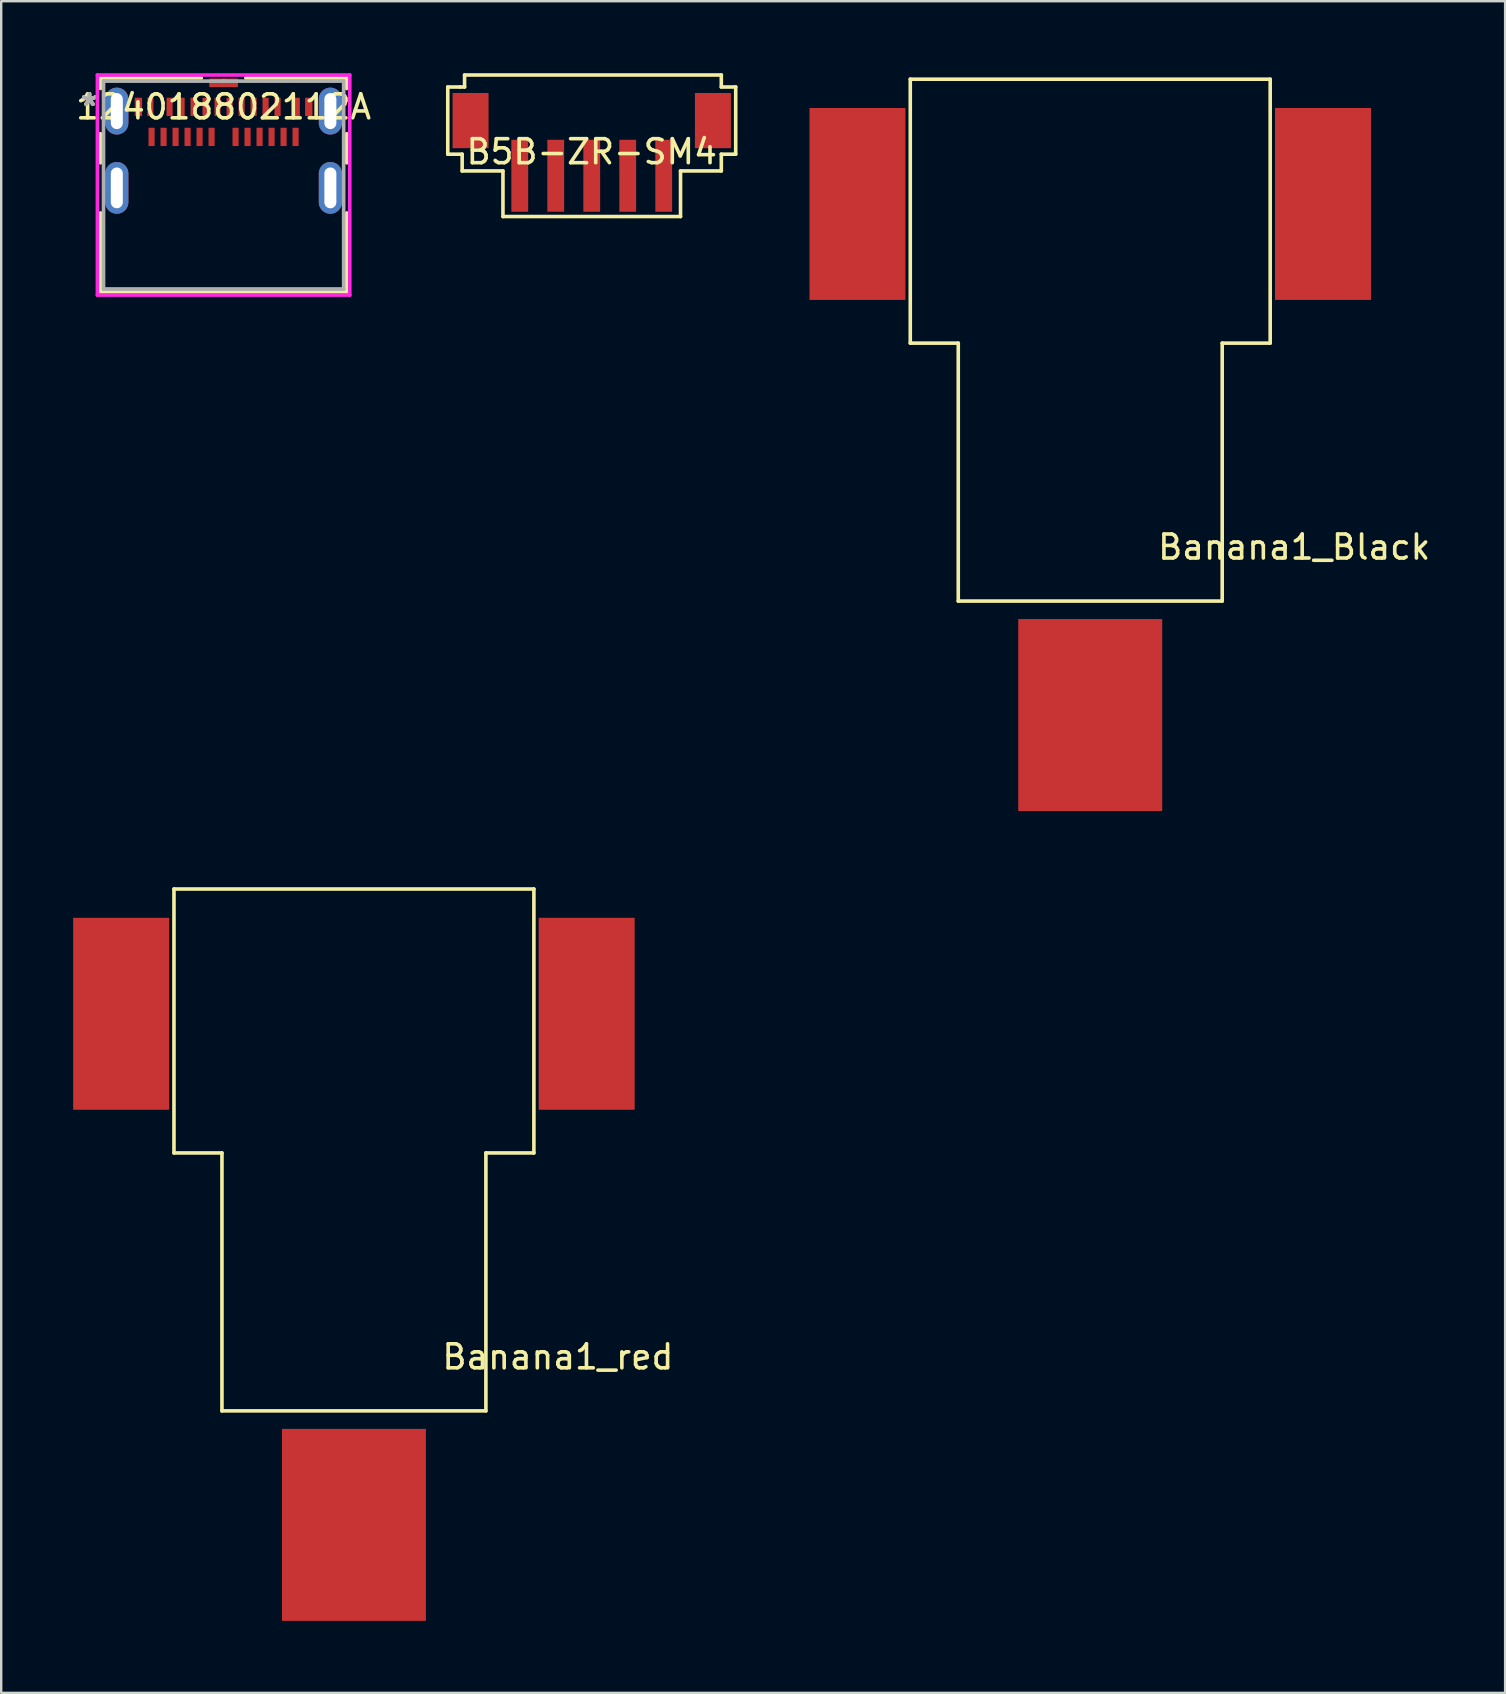
<source format=kicad_pcb>
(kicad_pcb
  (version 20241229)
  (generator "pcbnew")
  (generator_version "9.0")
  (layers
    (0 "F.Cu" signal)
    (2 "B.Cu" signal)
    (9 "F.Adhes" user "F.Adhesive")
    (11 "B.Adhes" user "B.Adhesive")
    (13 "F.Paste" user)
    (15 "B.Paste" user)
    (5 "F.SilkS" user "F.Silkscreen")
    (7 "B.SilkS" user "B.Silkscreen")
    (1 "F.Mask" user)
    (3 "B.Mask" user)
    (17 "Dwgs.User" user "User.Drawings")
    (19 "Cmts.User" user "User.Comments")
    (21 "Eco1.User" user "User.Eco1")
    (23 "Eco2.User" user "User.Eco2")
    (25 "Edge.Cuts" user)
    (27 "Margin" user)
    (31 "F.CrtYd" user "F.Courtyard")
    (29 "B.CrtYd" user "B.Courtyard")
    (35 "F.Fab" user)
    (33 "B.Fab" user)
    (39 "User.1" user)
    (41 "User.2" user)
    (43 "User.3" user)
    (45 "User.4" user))
  (footprint "Banana1_Black"
    (layer "F.Cu")
    (at 42.386 0.25)
    (property "Reference" "Banana1_Black" (at 8.5 19.5 0) (layer "F.SilkS") (effects (font (size 1 1) (thickness 0.15))))
    (attr through_hole)
    (fp_line (start -7.5 0) (end -7.5 11) (stroke (width 0.15) (type solid)) (layer "F.SilkS"))
    (fp_line (start -7.5 11) (end -5.5 11) (stroke (width 0.15) (type solid)) (layer "F.SilkS"))
    (fp_line (start -5.5 11) (end -5.5 21.75) (stroke (width 0.15) (type solid)) (layer "F.SilkS"))
    (fp_line (start -5.5 21.75) (end 5.5 21.75) (stroke (width 0.15) (type solid)) (layer "F.SilkS"))
    (fp_line (start 5.5 11) (end 7.5 11) (stroke (width 0.15) (type solid)) (layer "F.SilkS"))
    (fp_line (start 5.5 21.75) (end 5.5 11) (stroke (width 0.15) (type solid)) (layer "F.SilkS"))
    (fp_line (start 7.5 0) (end -7.5 0) (stroke (width 0.15) (type solid)) (layer "F.SilkS"))
    (fp_line (start 7.5 11) (end 7.5 0) (stroke (width 0.15) (type solid)) (layer "F.SilkS"))
    (pad "1" smd rect (at 0 26.5) (size 6 8) (layers "F.Cu" "F.Mask" "F.Paste"))
    (pad "2" smd rect (at 9.7 5.2) (size 4 8) (layers "F.Cu" "F.Mask" "F.Paste"))
    (pad "3" smd rect (at -9.7 5.2) (size 4 8) (layers "F.Cu" "F.Mask" "F.Paste")))
  (footprint "124018802112A"
    (layer "F.Cu")
    (at 6.268 4.661)
    (property "Reference" "124018802112A" (at 0 -3.256 0) (layer "F.SilkS") (effects (font (size 1 1) (thickness 0.15))))
    (attr through_hole)
    (fp_line (start -5.131 -4.458) (end -5.131 -4.025) (stroke (width 0.152) (type solid)) (layer "F.SilkS"))
    (fp_line (start -5.131 -2.137) (end -5.131 -0.926) (stroke (width 0.152) (type solid)) (layer "F.SilkS"))
    (fp_line (start -5.131 1.165) (end -5.131 4.458) (stroke (width 0.152) (type solid)) (layer "F.SilkS"))
    (fp_line (start -5.131 4.458) (end 5.131 4.458) (stroke (width 0.152) (type solid)) (layer "F.SilkS"))
    (fp_line (start -0.929 -4.458) (end -5.131 -4.458) (stroke (width 0.152) (type solid)) (layer "F.SilkS"))
    (fp_line (start 5.131 -4.458) (end 0.929 -4.458) (stroke (width 0.152) (type solid)) (layer "F.SilkS"))
    (fp_line (start 5.131 -4.025) (end 5.131 -4.458) (stroke (width 0.152) (type solid)) (layer "F.SilkS"))
    (fp_line (start 5.131 -0.926) (end 5.131 -2.137) (stroke (width 0.152) (type solid)) (layer "F.SilkS"))
    (fp_line (start 5.131 4.458) (end 5.131 1.165) (stroke (width 0.152) (type solid)) (layer "F.SilkS"))
    (fp_line (start -5.258 -4.585) (end -5.258 4.585) (stroke (width 0.152) (type solid)) (layer "F.CrtYd"))
    (fp_line (start -5.258 4.585) (end 5.258 4.585) (stroke (width 0.152) (type solid)) (layer "F.CrtYd"))
    (fp_line (start 5.258 -4.585) (end -5.258 -4.585) (stroke (width 0.152) (type solid)) (layer "F.CrtYd"))
    (fp_line (start 5.258 4.585) (end 5.258 -4.585) (stroke (width 0.152) (type solid)) (layer "F.CrtYd"))
    (fp_line (start -5.004 -4.331) (end -5.004 4.331) (stroke (width 0.152) (type solid)) (layer "F.Fab"))
    (fp_line (start -5.004 4.331) (end 5.004 4.331) (stroke (width 0.152) (type solid)) (layer "F.Fab"))
    (fp_line (start 0 -4.331) (end 0 -4.331) (stroke (width 0.152) (type solid)) (layer "F.Fab"))
    (fp_line (start 0 -4.331) (end 0 -4.331) (stroke (width 0.152) (type solid)) (layer "F.Fab"))
    (fp_line (start 0 -4.331) (end 0 -4.331) (stroke (width 0.152) (type solid)) (layer "F.Fab"))
    (fp_line (start 0 -4.331) (end 0 -4.331) (stroke (width 0.152) (type solid)) (layer "F.Fab"))
    (fp_line (start 5.004 -4.331) (end -5.004 -4.331) (stroke (width 0.152) (type solid)) (layer "F.Fab"))
    (fp_line (start 5.004 4.331) (end 5.004 -4.331) (stroke (width 0.152) (type solid)) (layer "F.Fab"))
    (fp_text user "*" (at -5.59 -3.256 0) (layer "F.SilkS") (effects (font (size 1 1) (thickness 0.15))))
    (fp_text user "*" (at -5.59 -3.256 0) (layer "F.SilkS") (effects (font (size 1 1) (thickness 0.15))))
    (fp_text user "Copyright 2016 Accelerated Designs. All rights reserved." (at 0 0 0) (layer "Cmts.User") (effects (font (size 0.127 0.127) (thickness 0.002))))
    (fp_text user "*" (at -5.59 -3.256 0) (layer "F.Fab") (effects (font (size 1 1) (thickness 0.15))))
    (fp_text user "*" (at -5.59 -3.256 0) (layer "F.Fab") (effects (font (size 1 1) (thickness 0.15))))
    (pad "29" smd rect (at 0 -4.261) (size 1.194 0.356) (layers "F.Cu" "F.Mask" "F.Paste"))
    (pad "30" smd rect (at -3.55 -3.256) (size 0.305 0.762) (layers "F.Cu" "F.Mask" "F.Paste"))
    (pad "31" smd rect (at 3.55 -3.256) (size 0.305 0.762) (layers "F.Cu" "F.Mask" "F.Paste"))
    (pad "A1" smd rect (at -3.05 -3.256) (size 0.254 0.762) (layers "F.Cu" "F.Mask" "F.Paste"))
    (pad "A2" smd rect (at -2.25 -3.256) (size 0.254 0.762) (layers "F.Cu" "F.Mask" "F.Paste"))
    (pad "A3" smd rect (at -1.75 -3.256) (size 0.254 0.762) (layers "F.Cu" "F.Mask" "F.Paste"))
    (pad "A4" smd rect (at -1.25 -3.256) (size 0.254 0.762) (layers "F.Cu" "F.Mask" "F.Paste"))
    (pad "A5" smd rect (at -0.75 -3.256) (size 0.254 0.762) (layers "F.Cu" "F.Mask" "F.Paste"))
    (pad "A6" smd rect (at -0.25 -3.256) (size 0.254 0.762) (layers "F.Cu" "F.Mask" "F.Paste"))
    (pad "A7" smd rect (at 0.25 -3.256) (size 0.254 0.762) (layers "F.Cu" "F.Mask" "F.Paste"))
    (pad "A8" smd rect (at 0.75 -3.256) (size 0.254 0.762) (layers "F.Cu" "F.Mask" "F.Paste"))
    (pad "A9" smd rect (at 1.25 -3.256) (size 0.254 0.762) (layers "F.Cu" "F.Mask" "F.Paste"))
    (pad "A10" smd rect (at 1.75 -3.256) (size 0.254 0.762) (layers "F.Cu" "F.Mask" "F.Paste"))
    (pad "A11" smd rect (at 2.25 -3.256) (size 0.254 0.762) (layers "F.Cu" "F.Mask" "F.Paste"))
    (pad "A12" smd rect (at 3.05 -3.256) (size 0.254 0.762) (layers "F.Cu" "F.Mask" "F.Paste"))
    (pad "B1" smd rect (at 3 -2.006) (size 0.254 0.762) (layers "F.Cu" "F.Mask" "F.Paste"))
    (pad "B2" smd rect (at 2.5 -2.006) (size 0.254 0.762) (layers "F.Cu" "F.Mask" "F.Paste"))
    (pad "B3" smd rect (at 2 -2.006) (size 0.254 0.762) (layers "F.Cu" "F.Mask" "F.Paste"))
    (pad "B4" smd rect (at 1.5 -2.006) (size 0.254 0.762) (layers "F.Cu" "F.Mask" "F.Paste"))
    (pad "B5" smd rect (at 0.999 -2.006) (size 0.254 0.762) (layers "F.Cu" "F.Mask" "F.Paste"))
    (pad "B6" smd rect (at 0.499 -2.006) (size 0.254 0.762) (layers "F.Cu" "F.Mask" "F.Paste"))
    (pad "B7" smd rect (at -0.5 -2.006) (size 0.254 0.762) (layers "F.Cu" "F.Mask" "F.Paste"))
    (pad "B8" smd rect (at -1 -2.006) (size 0.254 0.762) (layers "F.Cu" "F.Mask" "F.Paste"))
    (pad "B9" smd rect (at -1.5 -2.006) (size 0.254 0.762) (layers "F.Cu" "F.Mask" "F.Paste"))
    (pad "B10" smd rect (at -2.001 -2.006) (size 0.254 0.762) (layers "F.Cu" "F.Mask" "F.Paste"))
    (pad "B11" smd rect (at -2.501 -2.006) (size 0.254 0.762) (layers "F.Cu" "F.Mask" "F.Paste"))
    (pad "B12" smd rect (at -3.001 -2.006) (size 0.254 0.762) (layers "F.Cu" "F.Mask" "F.Paste"))
    (pad "S_1" thru_hole oval (at -4.45 0.119 90) (size 2.159 0.965) (drill oval 1.7 0.5) (layers "*.Cu" "*.Mask"))
    (pad "S_2" thru_hole oval (at 4.45 0.119 90) (size 2.159 0.965) (drill oval 1.7 0.5) (layers "*.Cu" "*.Mask"))
    (pad "S_3" thru_hole oval (at -4.45 -3.081 90) (size 1.956 0.965) (drill oval 1.5 0.5) (layers "*.Cu" "*.Mask"))
    (pad "S_4" thru_hole oval (at 4.45 -3.081 90) (size 1.956 0.965) (drill oval 1.5 0.5) (layers "*.Cu" "*.Mask")))
  (footprint "B5B-ZR-SM4"
    (layer "F.Cu")
    (at 21.611 2.775)
    (property "Reference" "B5B-ZR-SM4" (at 0 0.5 0) (layer "F.SilkS") (effects (font (size 1 1) (thickness 0.15))))
    (attr through_hole)
    (fp_line (start -6 -2.2) (end -5.3 -2.2) (stroke (width 0.15) (type solid)) (layer "F.SilkS"))
    (fp_line (start -6 0.6) (end -6 -2.2) (stroke (width 0.15) (type solid)) (layer "F.SilkS"))
    (fp_line (start -5.49 -2.2) (end -5.49 -2.2) (stroke (width 0.15) (type solid)) (layer "F.SilkS"))
    (fp_line (start -5.4 0.6) (end -6 0.6) (stroke (width 0.15) (type solid)) (layer "F.SilkS"))
    (fp_line (start -5.4 1.3) (end -5.4 0.6) (stroke (width 0.15) (type solid)) (layer "F.SilkS"))
    (fp_line (start -5.3 -2.7) (end -5.3 -2.2) (stroke (width 0.15) (type solid)) (layer "F.SilkS"))
    (fp_line (start -5.3 -2.7) (end 5.4 -2.7) (stroke (width 0.15) (type solid)) (layer "F.SilkS"))
    (fp_line (start -3.7 1.3) (end -5.4 1.3) (stroke (width 0.15) (type solid)) (layer "F.SilkS"))
    (fp_line (start -3.7 3.2) (end -3.7 1.3) (stroke (width 0.15) (type solid)) (layer "F.SilkS"))
    (fp_line (start 3.7 1.3) (end 3.7 3.2) (stroke (width 0.15) (type solid)) (layer "F.SilkS"))
    (fp_line (start 3.7 3.2) (end -3.7 3.2) (stroke (width 0.15) (type solid)) (layer "F.SilkS"))
    (fp_line (start 5.4 -2.7) (end 5.4 -2.2) (stroke (width 0.15) (type solid)) (layer "F.SilkS"))
    (fp_line (start 5.4 -2.2) (end 6 -2.2) (stroke (width 0.15) (type solid)) (layer "F.SilkS"))
    (fp_line (start 5.4 0.6) (end 5.4 1.3) (stroke (width 0.15) (type solid)) (layer "F.SilkS"))
    (fp_line (start 5.4 1.3) (end 3.7 1.3) (stroke (width 0.15) (type solid)) (layer "F.SilkS"))
    (fp_line (start 6 -2.2) (end 6 0.6) (stroke (width 0.15) (type solid)) (layer "F.SilkS"))
    (fp_line (start 6 0.6) (end 5.4 0.6) (stroke (width 0.15) (type solid)) (layer "F.SilkS"))
    (pad "1" smd rect (at -3 1.5) (size 0.7 3) (layers "F.Cu" "F.Mask" "F.Paste"))
    (pad "2" smd rect (at -1.5 1.5) (size 0.7 3) (layers "F.Cu" "F.Mask" "F.Paste"))
    (pad "3" smd rect (at 0 1.5) (size 0.7 3) (layers "F.Cu" "F.Mask" "F.Paste"))
    (pad "4" smd rect (at 1.5 1.5) (size 0.7 3) (layers "F.Cu" "F.Mask" "F.Paste"))
    (pad "5" smd rect (at 3 1.5) (size 0.7 3) (layers "F.Cu" "F.Mask" "F.Paste"))
    (pad "6" smd rect (at -5.05 -0.8) (size 1.5 2.3) (layers "F.Cu" "F.Mask" "F.Paste"))
    (pad "7" smd rect (at 5.05 -0.8) (size 1.5 2.3) (layers "F.Cu" "F.Mask" "F.Paste")))
  (footprint "Banana1_red"
    (layer "F.Cu")
    (at 11.7 34)
    (property "Reference" "Banana1_red" (at 8.5 19.5 0) (layer "F.SilkS") (effects (font (size 1 1) (thickness 0.15))))
    (attr through_hole)
    (fp_line (start -7.5 0) (end -7.5 11) (stroke (width 0.15) (type solid)) (layer "F.SilkS"))
    (fp_line (start -7.5 11) (end -5.5 11) (stroke (width 0.15) (type solid)) (layer "F.SilkS"))
    (fp_line (start -5.5 11) (end -5.5 21.75) (stroke (width 0.15) (type solid)) (layer "F.SilkS"))
    (fp_line (start -5.5 21.75) (end 5.5 21.75) (stroke (width 0.15) (type solid)) (layer "F.SilkS"))
    (fp_line (start 5.5 11) (end 7.5 11) (stroke (width 0.15) (type solid)) (layer "F.SilkS"))
    (fp_line (start 5.5 21.75) (end 5.5 11) (stroke (width 0.15) (type solid)) (layer "F.SilkS"))
    (fp_line (start 7.5 0) (end -7.5 0) (stroke (width 0.15) (type solid)) (layer "F.SilkS"))
    (fp_line (start 7.5 11) (end 7.5 0) (stroke (width 0.15) (type solid)) (layer "F.SilkS"))
    (pad "1" smd rect (at 0 26.5) (size 6 8) (layers "F.Cu" "F.Mask" "F.Paste"))
    (pad "2" smd rect (at 9.7 5.2) (size 4 8) (layers "F.Cu" "F.Mask" "F.Paste"))
    (pad "3" smd rect (at -9.7 5.2) (size 4 8) (layers "F.Cu" "F.Mask" "F.Paste")))
  (gr_rect
    (start -3 -3)
    (end 59.677 67.5)
    (stroke (width 0.1) (type default))
    (fill no)
    (layer "Edge.Cuts")))
</source>
